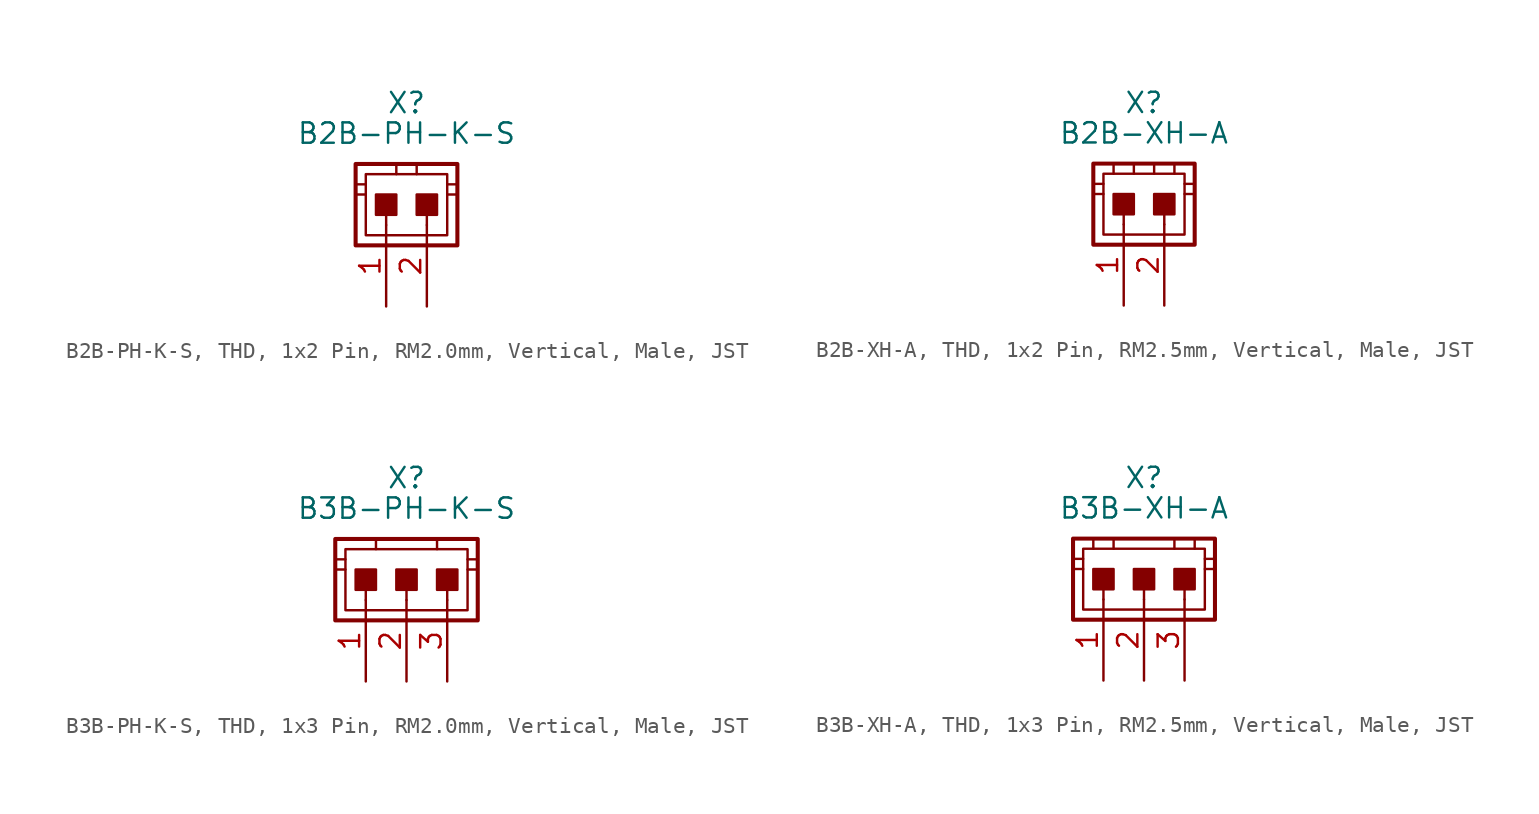
<source format=kicad_sym>
(kicad_symbol_lib
  (version 20241209)
  (generator "kicad_symbol_editor")
  (generator_version "9.0")
  (symbol "B2B-PH-K-S, THD, 1x2 Pin, RM2.0mm, Vertical, Male, JST"
    (pin_names
      (offset 1.016)
      (hide yes))
    (property "Reference" "X"
      (at 1.27 7.62 0)
      (effects (font (size 1.27 1.27))))
    (property "Value" "B2B-PH-K-S"
      (at 1.27 5.715 0)
      (effects (font (size 1.27 1.27))))
    (property "Z-SYSCODE" ""
      (at 3.81 1.27 90)
      (effects (font (size 1.27 1.27))))
    (property "Label" ""
      (at 0 0 0)
      (effects (font (size 1.27 1.27) (thickness 0.254) (bold yes))))
    (symbol "B2B-PH-K-S, THD, 1x2 Pin, RM2.0mm, Vertical, Male, JST_0_1"
      (polyline (pts (xy -1.27 2.54) (xy -1.905 2.54)) (stroke (width 0.152) (type default)) (fill (type none)))
      (polyline (pts (xy -1.27 1.905) (xy -1.905 1.905)) (stroke (width 0.152) (type default)) (fill (type none)))
      (polyline (pts (xy 0.635 3.81) (xy 0.635 3.175)) (stroke (width 0.152) (type default)) (fill (type none)))
      (polyline (pts (xy 1.905 3.81) (xy 1.905 3.175)) (stroke (width 0.152) (type default)) (fill (type none)))
      (polyline (pts (xy 3.81 2.54) (xy 4.445 2.54)) (stroke (width 0.152) (type default)) (fill (type none)))
      (polyline (pts (xy 3.81 1.905) (xy 4.445 1.905)) (stroke (width 0.152) (type default)) (fill (type none))))
    (symbol "B2B-PH-K-S, THD, 1x2 Pin, RM2.0mm, Vertical, Male, JST_1_0"
      (polyline (pts (xy 0 0) (xy 0 1.27)) (stroke (width 0.152) (type default)) (fill (type none)))
      (polyline (pts (xy 2.54 0) (xy 2.54 1.27)) (stroke (width 0.152) (type default)) (fill (type none))))
    (symbol "B2B-PH-K-S, THD, 1x2 Pin, RM2.0mm, Vertical, Male, JST_1_1"
      (rectangle (start -1.905 3.81) (end 4.445 -1.27) (stroke (width 0.254) (type default)) (fill (type none)))
      (rectangle (start -1.27 3.175) (end 3.81 -0.635) (stroke (width 0.152) (type default)) (fill (type none)))
      (rectangle (start 0.635 0.635) (end -0.635 1.905) (stroke (width 0.152) (type default)) (fill (type outline)))
      (rectangle (start 3.175 0.635) (end 1.905 1.905) (stroke (width 0.152) (type default)) (fill (type outline)))
      (pin passive line (at 0 -5.08 90) (length 5.08) (name "1" (effects (font (size 1.27 1.27)))) (number "1" (effects (font (size 1.27 1.27)))))
      (pin passive line (at 2.54 -5.08 90) (length 5.08) (name "2" (effects (font (size 1.27 1.27)))) (number "2" (effects (font (size 1.27 1.27)))))))
  (symbol "B2B-XH-A, THD, 1x2 Pin, RM2.5mm, Vertical, Male, JST"
    (pin_names
      (offset 1.016)
      (hide yes))
    (property "Reference" "X"
      (at 1.27 7.62 0)
      (effects (font (size 1.27 1.27))))
    (property "Value" "B2B-XH-A"
      (at 1.27 5.715 0)
      (effects (font (size 1.27 1.27))))
    (property "Z-SYSCODE" ""
      (at 3.81 1.27 90)
      (effects (font (size 1.27 1.27))))
    (property "Label" ""
      (at 0 0 0)
      (effects (font (size 1.27 1.27) (thickness 0.254) (bold yes))))
    (symbol "B2B-XH-A, THD, 1x2 Pin, RM2.5mm, Vertical, Male, JST_0_1"
      (polyline (pts (xy -1.27 2.54) (xy -1.905 2.54)) (stroke (width 0.152) (type default)) (fill (type none)))
      (polyline (pts (xy -1.27 1.905) (xy -1.905 1.905)) (stroke (width 0.152) (type default)) (fill (type none)))
      (polyline (pts (xy -0.635 3.81) (xy -0.635 3.175)) (stroke (width 0.152) (type default)) (fill (type none)))
      (polyline (pts (xy 0.635 3.81) (xy 0.635 3.175)) (stroke (width 0.152) (type default)) (fill (type none)))
      (polyline (pts (xy 1.905 3.81) (xy 1.905 3.175)) (stroke (width 0.152) (type default)) (fill (type none)))
      (polyline (pts (xy 3.175 3.81) (xy 3.175 3.175)) (stroke (width 0.152) (type default)) (fill (type none)))
      (polyline (pts (xy 3.81 2.54) (xy 4.445 2.54)) (stroke (width 0.152) (type default)) (fill (type none)))
      (polyline (pts (xy 3.81 1.905) (xy 4.445 1.905)) (stroke (width 0.152) (type default)) (fill (type none))))
    (symbol "B2B-XH-A, THD, 1x2 Pin, RM2.5mm, Vertical, Male, JST_1_0"
      (polyline (pts (xy 0 0) (xy 0 1.27)) (stroke (width 0.152) (type default)) (fill (type none)))
      (polyline (pts (xy 2.54 0) (xy 2.54 1.27)) (stroke (width 0.152) (type default)) (fill (type none))))
    (symbol "B2B-XH-A, THD, 1x2 Pin, RM2.5mm, Vertical, Male, JST_1_1"
      (rectangle (start -1.905 3.81) (end 4.445 -1.27) (stroke (width 0.254) (type default)) (fill (type none)))
      (rectangle (start -1.27 3.175) (end 3.81 -0.635) (stroke (width 0.152) (type default)) (fill (type none)))
      (rectangle (start 0.635 0.635) (end -0.635 1.905) (stroke (width 0.152) (type default)) (fill (type outline)))
      (rectangle (start 3.175 0.635) (end 1.905 1.905) (stroke (width 0.152) (type default)) (fill (type outline)))
      (pin passive line (at 0 -5.08 90) (length 5.08) (name "1" (effects (font (size 1.27 1.27)))) (number "1" (effects (font (size 1.27 1.27)))))
      (pin passive line (at 2.54 -5.08 90) (length 5.08) (name "2" (effects (font (size 1.27 1.27)))) (number "2" (effects (font (size 1.27 1.27)))))))
  (symbol "B3B-PH-K-S, THD, 1x3 Pin, RM2.0mm, Vertical, Male, JST"
    (pin_names
      (offset 1.016)
      (hide yes))
    (property "Reference" "X"
      (at 0 7.62 0)
      (effects (font (size 1.27 1.27))))
    (property "Value" "B3B-PH-K-S"
      (at 0 5.715 0)
      (effects (font (size 1.27 1.27))))
    (property "Z-SYSCODE" ""
      (at 2.54 1.27 90)
      (effects (font (size 1.27 1.27))))
    (property "Label" ""
      (at 0 0 0)
      (effects (font (size 1.27 1.27) (thickness 0.254) (bold yes))))
    (symbol "B3B-PH-K-S, THD, 1x3 Pin, RM2.0mm, Vertical, Male, JST_0_1"
      (polyline (pts (xy -3.81 2.54) (xy -4.445 2.54)) (stroke (width 0.152) (type default)) (fill (type none)))
      (polyline (pts (xy -3.81 1.905) (xy -4.445 1.905)) (stroke (width 0.152) (type default)) (fill (type none)))
      (polyline (pts (xy -1.905 3.81) (xy -1.905 3.175)) (stroke (width 0.152) (type default)) (fill (type none)))
      (polyline (pts (xy 1.905 3.81) (xy 1.905 3.175)) (stroke (width 0.152) (type default)) (fill (type none)))
      (polyline (pts (xy 3.81 2.54) (xy 4.445 2.54)) (stroke (width 0.152) (type default)) (fill (type none)))
      (polyline (pts (xy 3.81 1.905) (xy 4.445 1.905)) (stroke (width 0.152) (type default)) (fill (type none))))
    (symbol "B3B-PH-K-S, THD, 1x3 Pin, RM2.0mm, Vertical, Male, JST_1_0"
      (polyline (pts (xy -2.54 0) (xy -2.54 1.27)) (stroke (width 0.152) (type default)) (fill (type none)))
      (polyline (pts (xy 0 0) (xy 0 1.27)) (stroke (width 0.152) (type default)) (fill (type none)))
      (polyline (pts (xy 2.54 0) (xy 2.54 1.27)) (stroke (width 0.152) (type default)) (fill (type none))))
    (symbol "B3B-PH-K-S, THD, 1x3 Pin, RM2.0mm, Vertical, Male, JST_1_1"
      (rectangle (start -4.445 3.81) (end 4.445 -1.27) (stroke (width 0.254) (type default)) (fill (type none)))
      (rectangle (start -3.81 3.175) (end 3.81 -0.635) (stroke (width 0.152) (type default)) (fill (type none)))
      (rectangle (start -1.905 0.635) (end -3.175 1.905) (stroke (width 0.152) (type default)) (fill (type outline)))
      (rectangle (start 0.635 0.635) (end -0.635 1.905) (stroke (width 0.152) (type default)) (fill (type outline)))
      (rectangle (start 3.175 0.635) (end 1.905 1.905) (stroke (width 0.152) (type default)) (fill (type outline)))
      (pin passive line (at -2.54 -5.08 90) (length 5.08) (name "1" (effects (font (size 1.27 1.27)))) (number "1" (effects (font (size 1.27 1.27)))))
      (pin passive line (at 0 -5.08 90) (length 5.08) (name "2" (effects (font (size 1.27 1.27)))) (number "2" (effects (font (size 1.27 1.27)))))
      (pin passive line (at 2.54 -5.08 90) (length 5.08) (name "3" (effects (font (size 1.27 1.27)))) (number "3" (effects (font (size 1.27 1.27)))))))
  (symbol "B3B-XH-A, THD, 1x3 Pin, RM2.5mm, Vertical, Male, JST"
    (pin_names
      (offset 1.016)
      (hide yes))
    (property "Reference" "X"
      (at 0 7.62 0)
      (effects (font (size 1.27 1.27))))
    (property "Value" "B3B-XH-A"
      (at 0 5.715 0)
      (effects (font (size 1.27 1.27))))
    (property "Z-SYSCODE" ""
      (at 2.54 1.27 90)
      (effects (font (size 1.27 1.27))))
    (property "Label" ""
      (at 0 0 0)
      (effects (font (size 1.27 1.27) (thickness 0.254) (bold yes))))
    (symbol "B3B-XH-A, THD, 1x3 Pin, RM2.5mm, Vertical, Male, JST_0_1"
      (polyline (pts (xy -3.81 2.54) (xy -4.445 2.54)) (stroke (width 0.152) (type default)) (fill (type none)))
      (polyline (pts (xy -3.81 1.905) (xy -4.445 1.905)) (stroke (width 0.152) (type default)) (fill (type none)))
      (polyline (pts (xy -3.175 3.81) (xy -3.175 3.175)) (stroke (width 0.152) (type default)) (fill (type none)))
      (polyline (pts (xy -1.905 3.81) (xy -1.905 3.175)) (stroke (width 0.152) (type default)) (fill (type none)))
      (polyline (pts (xy 1.905 3.81) (xy 1.905 3.175)) (stroke (width 0.152) (type default)) (fill (type none)))
      (polyline (pts (xy 3.175 3.81) (xy 3.175 3.175)) (stroke (width 0.152) (type default)) (fill (type none)))
      (polyline (pts (xy 3.81 2.54) (xy 4.445 2.54)) (stroke (width 0.152) (type default)) (fill (type none)))
      (polyline (pts (xy 3.81 1.905) (xy 4.445 1.905)) (stroke (width 0.152) (type default)) (fill (type none))))
    (symbol "B3B-XH-A, THD, 1x3 Pin, RM2.5mm, Vertical, Male, JST_1_0"
      (polyline (pts (xy -2.54 0) (xy -2.54 1.27)) (stroke (width 0.152) (type default)) (fill (type none)))
      (polyline (pts (xy 0 0) (xy 0 1.27)) (stroke (width 0.152) (type default)) (fill (type none)))
      (polyline (pts (xy 2.54 0) (xy 2.54 1.27)) (stroke (width 0.152) (type default)) (fill (type none))))
    (symbol "B3B-XH-A, THD, 1x3 Pin, RM2.5mm, Vertical, Male, JST_1_1"
      (rectangle (start -4.445 3.81) (end 4.445 -1.27) (stroke (width 0.254) (type default)) (fill (type none)))
      (rectangle (start -3.81 3.175) (end 3.81 -0.635) (stroke (width 0.152) (type default)) (fill (type none)))
      (rectangle (start -1.905 0.635) (end -3.175 1.905) (stroke (width 0.152) (type default)) (fill (type outline)))
      (rectangle (start 0.635 0.635) (end -0.635 1.905) (stroke (width 0.152) (type default)) (fill (type outline)))
      (rectangle (start 3.175 0.635) (end 1.905 1.905) (stroke (width 0.152) (type default)) (fill (type outline)))
      (pin passive line (at -2.54 -5.08 90) (length 5.08) (name "1" (effects (font (size 1.27 1.27)))) (number "1" (effects (font (size 1.27 1.27)))))
      (pin passive line (at 0 -5.08 90) (length 5.08) (name "2" (effects (font (size 1.27 1.27)))) (number "2" (effects (font (size 1.27 1.27)))))
      (pin passive line (at 2.54 -5.08 90) (length 5.08) (name "3" (effects (font (size 1.27 1.27)))) (number "3" (effects (font (size 1.27 1.27))))))))
</source>
